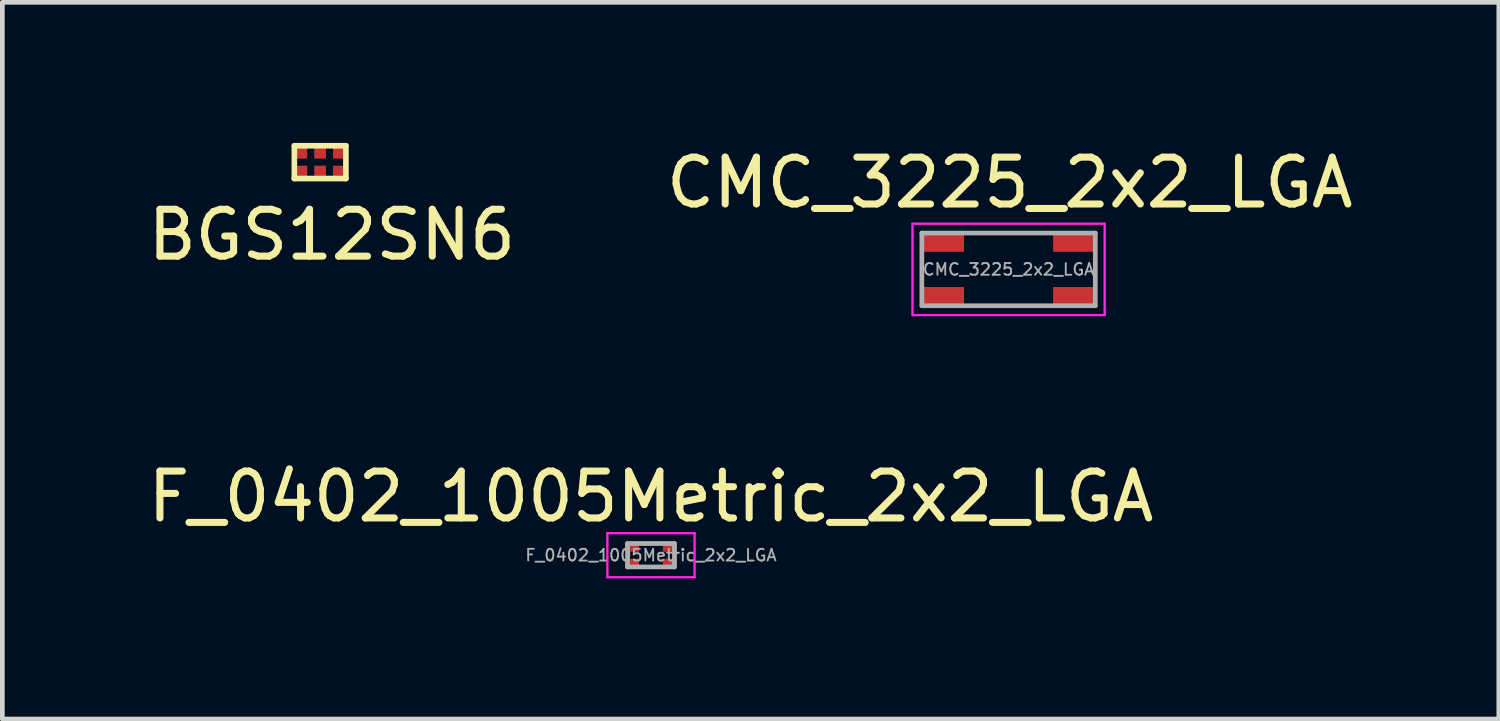
<source format=kicad_pcb>
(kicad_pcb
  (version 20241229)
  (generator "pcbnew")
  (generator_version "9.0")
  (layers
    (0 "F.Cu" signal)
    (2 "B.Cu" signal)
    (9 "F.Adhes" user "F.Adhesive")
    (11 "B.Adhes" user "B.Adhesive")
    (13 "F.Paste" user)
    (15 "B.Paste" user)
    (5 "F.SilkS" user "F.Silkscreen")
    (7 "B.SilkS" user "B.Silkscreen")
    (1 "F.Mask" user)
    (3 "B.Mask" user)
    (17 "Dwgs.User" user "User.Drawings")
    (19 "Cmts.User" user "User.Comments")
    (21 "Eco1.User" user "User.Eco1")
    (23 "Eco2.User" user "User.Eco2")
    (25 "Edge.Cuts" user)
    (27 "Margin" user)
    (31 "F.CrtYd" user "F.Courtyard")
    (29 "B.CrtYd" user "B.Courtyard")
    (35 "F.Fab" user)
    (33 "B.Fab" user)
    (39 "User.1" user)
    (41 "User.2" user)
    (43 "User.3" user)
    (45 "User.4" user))
  (footprint "BGS12SN6"
    (layer "F.Cu")
    (at 3.78 0.41)
    (property "Reference" "BGS12SN6" (at 0.25 1.55 0) (layer "F.SilkS") (effects (font (size 1 1) (thickness 0.15))))
    (attr smd)
    (fp_line (start -0.55 -0.35) (end 0.55 -0.35) (stroke (width 0.12) (type solid)) (layer "F.SilkS"))
    (fp_line (start -0.55 0.35) (end -0.55 -0.35) (stroke (width 0.12) (type solid)) (layer "F.SilkS"))
    (fp_line (start 0.55 -0.35) (end 0.55 0.35) (stroke (width 0.12) (type solid)) (layer "F.SilkS"))
    (fp_line (start 0.55 0.35) (end -0.55 0.35) (stroke (width 0.12) (type solid)) (layer "F.SilkS"))
    (pad "1" smd rect (at -0.4 0.2) (size 0.25 0.25) (layers "F.Cu" "F.Mask" "F.Paste"))
    (pad "2" smd rect (at 0 0.2) (size 0.25 0.25) (layers "F.Cu" "F.Mask" "F.Paste"))
    (pad "3" smd rect (at 0.4 0.2) (size 0.25 0.25) (layers "F.Cu" "F.Mask" "F.Paste"))
    (pad "4" smd rect (at 0.4 -0.2) (size 0.25 0.25) (layers "F.Cu" "F.Mask" "F.Paste"))
    (pad "5" smd rect (at 0 -0.2) (size 0.25 0.25) (layers "F.Cu" "F.Mask" "F.Paste"))
    (pad "6" smd rect (at -0.4 -0.2) (size 0.25 0.25) (layers "F.Cu" "F.Mask" "F.Paste")))
  (footprint "F_0402_1005Metric_2x2_LGA"
    (layer "F.Cu")
    (at 10.839 8.796)
    (property "Reference" "F_0402_1005Metric_2x2_LGA" (at 0 -1.25 0) (layer "F.SilkS") (effects (font (size 1 1) (thickness 0.15))))
    (attr smd)
    (fp_line (start -0.93 -0.47) (end 0.93 -0.47) (stroke (width 0.05) (type solid)) (layer "F.CrtYd"))
    (fp_line (start -0.93 0.47) (end -0.93 -0.47) (stroke (width 0.05) (type solid)) (layer "F.CrtYd"))
    (fp_line (start 0.93 -0.47) (end 0.93 0.47) (stroke (width 0.05) (type solid)) (layer "F.CrtYd"))
    (fp_line (start 0.93 0.47) (end -0.93 0.47) (stroke (width 0.05) (type solid)) (layer "F.CrtYd"))
    (fp_line (start -0.5 -0.25) (end 0.5 -0.25) (stroke (width 0.1) (type solid)) (layer "F.Fab"))
    (fp_line (start -0.5 0.25) (end -0.5 -0.25) (stroke (width 0.1) (type solid)) (layer "F.Fab"))
    (fp_line (start 0.5 -0.25) (end 0.5 0.25) (stroke (width 0.1) (type solid)) (layer "F.Fab"))
    (fp_line (start 0.5 0.25) (end -0.5 0.25) (stroke (width 0.1) (type solid)) (layer "F.Fab"))
    (fp_text user "${REFERENCE}" (at 0 0 0) (layer "F.Fab") (effects (font (size 0.25 0.25) (thickness 0.04))))
    (pad "1" smd rect (at -0.405 0.175) (size 0.3 0.2) (layers "F.Cu" "F.Mask" "F.Paste"))
    (pad "2" smd rect (at -0.405 -0.175) (size 0.3 0.2) (layers "F.Cu" "F.Mask" "F.Paste"))
    (pad "3" smd rect (at 0.405 0.175) (size 0.3 0.2) (layers "F.Cu" "F.Mask" "F.Paste"))
    (pad "4" smd rect (at 0.405 -0.175) (size 0.3 0.2) (layers "F.Cu" "F.Mask" "F.Paste")))
  (footprint "CMC_3225_2x2_LGA"
    (layer "F.Cu")
    (at 18.469 2.698)
    (property "Reference" "CMC_3225_2x2_LGA" (at 0.025 -1.85 0) (layer "F.SilkS") (effects (font (size 1 1) (thickness 0.15))))
    (attr smd)
    (fp_line (start -2.05 -0.975) (end 2.05 -0.975) (stroke (width 0.05) (type solid)) (layer "F.CrtYd"))
    (fp_line (start -2.05 0.975) (end -2.05 -0.975) (stroke (width 0.05) (type solid)) (layer "F.CrtYd"))
    (fp_line (start 2.05 -0.975) (end 2.05 0.975) (stroke (width 0.05) (type solid)) (layer "F.CrtYd"))
    (fp_line (start 2.05 0.975) (end -2.05 0.975) (stroke (width 0.05) (type solid)) (layer "F.CrtYd"))
    (fp_line (start -1.85 -0.775) (end 1.85 -0.775) (stroke (width 0.1) (type solid)) (layer "F.Fab"))
    (fp_line (start -1.85 0.775) (end -1.85 -0.775) (stroke (width 0.1) (type solid)) (layer "F.Fab"))
    (fp_line (start 1.85 -0.775) (end 1.85 0.775) (stroke (width 0.1) (type solid)) (layer "F.Fab"))
    (fp_line (start 1.85 0.775) (end -1.85 0.775) (stroke (width 0.1) (type solid)) (layer "F.Fab"))
    (fp_text user "${REFERENCE}" (at 0 0 0) (layer "F.Fab") (effects (font (size 0.25 0.25) (thickness 0.04))))
    (pad "1" smd rect (at -1.4 -0.575) (size 0.9 0.4) (layers "F.Cu" "F.Mask" "F.Paste"))
    (pad "2" smd rect (at -1.4 0.575) (size 0.9 0.4) (layers "F.Cu" "F.Mask" "F.Paste"))
    (pad "3" smd rect (at 1.4 0.575) (size 0.9 0.4) (layers "F.Cu" "F.Mask" "F.Paste"))
    (pad "4" smd rect (at 1.4 -0.575) (size 0.9 0.4) (layers "F.Cu" "F.Mask" "F.Paste")))
  (gr_rect
    (start -3 -3)
    (end 28.929 12.291)
    (stroke (width 0.1) (type default))
    (fill no)
    (layer "Edge.Cuts")))
</source>
